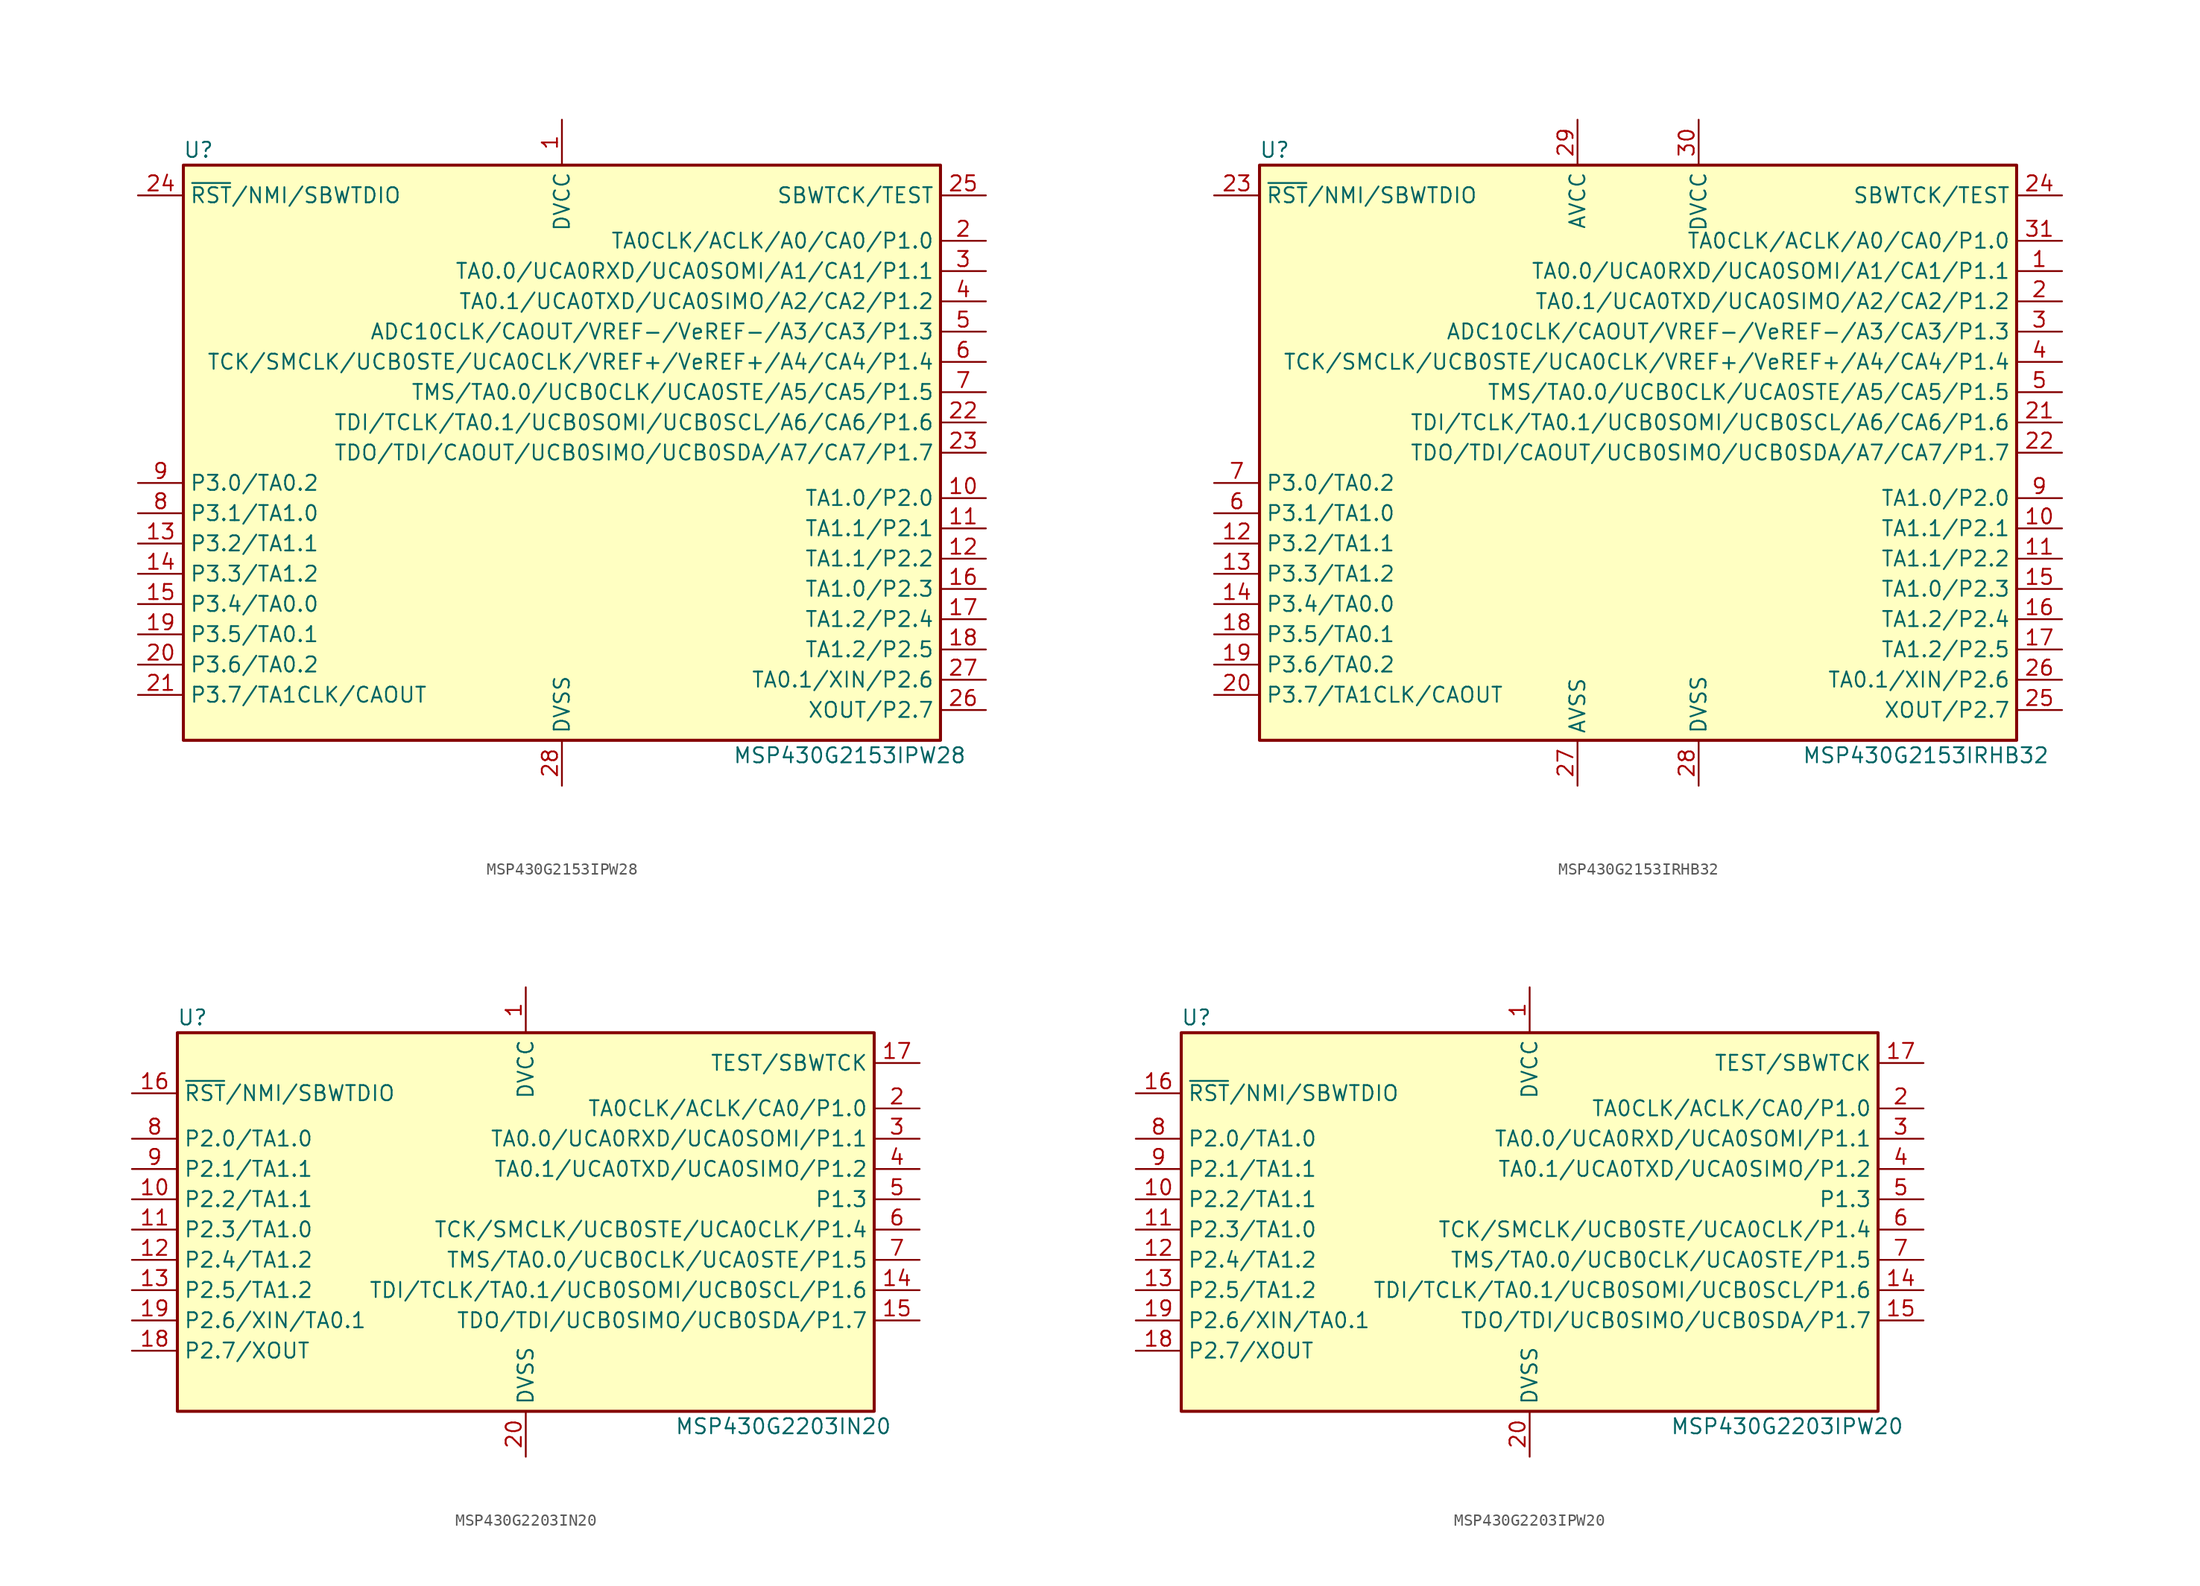
<source format=kicad_sym>
(kicad_symbol_lib
  (version 20241209)
  (generator "kicad_symbol_editor")
  (generator_version "9.0")
  (symbol "MSP430G2153IPW28"
    (property "Reference" "U"
      (at -30.48 25.4 0)
      (effects (font (size 1.27 1.27))))
    (property "Value" "MSP430G2153IPW28"
      (at 24.13 -25.4 0)
      (effects (font (size 1.27 1.27))))
    (symbol "MSP430G2153IPW28_0_1"
      (rectangle (start -31.75 24.13) (end 31.75 -24.13) (stroke (width 0.254) (type default)) (fill (type background))))
    (symbol "MSP430G2153IPW28_1_1"
      (pin input line (at -35.56 21.59 0) (length 3.81) (name "~{RST}/NMI/SBWTDIO" (effects (font (size 1.27 1.27)))) (number "24" (effects (font (size 1.27 1.27)))))
      (pin bidirectional line (at -35.56 -2.54 0) (length 3.81) (name "P3.0/TA0.2" (effects (font (size 1.27 1.27)))) (number "9" (effects (font (size 1.27 1.27)))))
      (pin bidirectional line (at -35.56 -5.08 0) (length 3.81) (name "P3.1/TA1.0" (effects (font (size 1.27 1.27)))) (number "8" (effects (font (size 1.27 1.27)))))
      (pin bidirectional line (at -35.56 -7.62 0) (length 3.81) (name "P3.2/TA1.1" (effects (font (size 1.27 1.27)))) (number "13" (effects (font (size 1.27 1.27)))))
      (pin bidirectional line (at -35.56 -10.16 0) (length 3.81) (name "P3.3/TA1.2" (effects (font (size 1.27 1.27)))) (number "14" (effects (font (size 1.27 1.27)))))
      (pin bidirectional line (at -35.56 -12.7 0) (length 3.81) (name "P3.4/TA0.0" (effects (font (size 1.27 1.27)))) (number "15" (effects (font (size 1.27 1.27)))))
      (pin bidirectional line (at -35.56 -15.24 0) (length 3.81) (name "P3.5/TA0.1" (effects (font (size 1.27 1.27)))) (number "19" (effects (font (size 1.27 1.27)))))
      (pin bidirectional line (at -35.56 -17.78 0) (length 3.81) (name "P3.6/TA0.2" (effects (font (size 1.27 1.27)))) (number "20" (effects (font (size 1.27 1.27)))))
      (pin bidirectional line (at -35.56 -20.32 0) (length 3.81) (name "P3.7/TA1CLK/CAOUT" (effects (font (size 1.27 1.27)))) (number "21" (effects (font (size 1.27 1.27)))))
      (pin power_in line (at 0 27.94 270) (length 3.81) (name "DVCC" (effects (font (size 1.27 1.27)))) (number "1" (effects (font (size 1.27 1.27)))))
      (pin power_in line (at 0 -27.94 90) (length 3.81) (name "DVSS" (effects (font (size 1.27 1.27)))) (number "28" (effects (font (size 1.27 1.27)))))
      (pin input line (at 35.56 21.59 180) (length 3.81) (name "SBWTCK/TEST" (effects (font (size 1.27 1.27)))) (number "25" (effects (font (size 1.27 1.27)))))
      (pin bidirectional line (at 35.56 17.78 180) (length 3.81) (name "TA0CLK/ACLK/A0/CA0/P1.0" (effects (font (size 1.27 1.27)))) (number "2" (effects (font (size 1.27 1.27)))))
      (pin bidirectional line (at 35.56 15.24 180) (length 3.81) (name "TA0.0/UCA0RXD/UCA0SOMI/A1/CA1/P1.1" (effects (font (size 1.27 1.27)))) (number "3" (effects (font (size 1.27 1.27)))))
      (pin bidirectional line (at 35.56 12.7 180) (length 3.81) (name "TA0.1/UCA0TXD/UCA0SIMO/A2/CA2/P1.2" (effects (font (size 1.27 1.27)))) (number "4" (effects (font (size 1.27 1.27)))))
      (pin bidirectional line (at 35.56 10.16 180) (length 3.81) (name "ADC10CLK/CAOUT/VREF-/VeREF-/A3/CA3/P1.3" (effects (font (size 1.27 1.27)))) (number "5" (effects (font (size 1.27 1.27)))))
      (pin bidirectional line (at 35.56 7.62 180) (length 3.81) (name "TCK/SMCLK/UCB0STE/UCA0CLK/VREF+/VeREF+/A4/CA4/P1.4" (effects (font (size 1.27 1.27)))) (number "6" (effects (font (size 1.27 1.27)))))
      (pin bidirectional line (at 35.56 5.08 180) (length 3.81) (name "TMS/TA0.0/UCB0CLK/UCA0STE/A5/CA5/P1.5" (effects (font (size 1.27 1.27)))) (number "7" (effects (font (size 1.27 1.27)))))
      (pin bidirectional line (at 35.56 2.54 180) (length 3.81) (name "TDI/TCLK/TA0.1/UCB0SOMI/UCB0SCL/A6/CA6/P1.6" (effects (font (size 1.27 1.27)))) (number "22" (effects (font (size 1.27 1.27)))))
      (pin bidirectional line (at 35.56 0 180) (length 3.81) (name "TDO/TDI/CAOUT/UCB0SIMO/UCB0SDA/A7/CA7/P1.7" (effects (font (size 1.27 1.27)))) (number "23" (effects (font (size 1.27 1.27)))))
      (pin bidirectional line (at 35.56 -3.81 180) (length 3.81) (name "TA1.0/P2.0" (effects (font (size 1.27 1.27)))) (number "10" (effects (font (size 1.27 1.27)))))
      (pin bidirectional line (at 35.56 -6.35 180) (length 3.81) (name "TA1.1/P2.1" (effects (font (size 1.27 1.27)))) (number "11" (effects (font (size 1.27 1.27)))))
      (pin bidirectional line (at 35.56 -8.89 180) (length 3.81) (name "TA1.1/P2.2" (effects (font (size 1.27 1.27)))) (number "12" (effects (font (size 1.27 1.27)))))
      (pin bidirectional line (at 35.56 -11.43 180) (length 3.81) (name "TA1.0/P2.3" (effects (font (size 1.27 1.27)))) (number "16" (effects (font (size 1.27 1.27)))))
      (pin bidirectional line (at 35.56 -13.97 180) (length 3.81) (name "TA1.2/P2.4" (effects (font (size 1.27 1.27)))) (number "17" (effects (font (size 1.27 1.27)))))
      (pin bidirectional line (at 35.56 -16.51 180) (length 3.81) (name "TA1.2/P2.5" (effects (font (size 1.27 1.27)))) (number "18" (effects (font (size 1.27 1.27)))))
      (pin bidirectional line (at 35.56 -19.05 180) (length 3.81) (name "TA0.1/XIN/P2.6" (effects (font (size 1.27 1.27)))) (number "27" (effects (font (size 1.27 1.27)))))
      (pin bidirectional line (at 35.56 -21.59 180) (length 3.81) (name "XOUT/P2.7" (effects (font (size 1.27 1.27)))) (number "26" (effects (font (size 1.27 1.27)))))))
  (symbol "MSP430G2153IRHB32"
    (property "Reference" "U"
      (at -30.48 25.4 0)
      (effects (font (size 1.27 1.27))))
    (property "Value" "MSP430G2153IRHB32"
      (at 24.13 -25.4 0)
      (effects (font (size 1.27 1.27))))
    (symbol "MSP430G2153IRHB32_0_1"
      (rectangle (start -31.75 24.13) (end 31.75 -24.13) (stroke (width 0.254) (type default)) (fill (type background))))
    (symbol "MSP430G2153IRHB32_1_1"
      (pin input line (at -35.56 21.59 0) (length 3.81) (name "~{RST}/NMI/SBWTDIO" (effects (font (size 1.27 1.27)))) (number "23" (effects (font (size 1.27 1.27)))))
      (pin bidirectional line (at -35.56 -2.54 0) (length 3.81) (name "P3.0/TA0.2" (effects (font (size 1.27 1.27)))) (number "7" (effects (font (size 1.27 1.27)))))
      (pin bidirectional line (at -35.56 -5.08 0) (length 3.81) (name "P3.1/TA1.0" (effects (font (size 1.27 1.27)))) (number "6" (effects (font (size 1.27 1.27)))))
      (pin bidirectional line (at -35.56 -7.62 0) (length 3.81) (name "P3.2/TA1.1" (effects (font (size 1.27 1.27)))) (number "12" (effects (font (size 1.27 1.27)))))
      (pin bidirectional line (at -35.56 -10.16 0) (length 3.81) (name "P3.3/TA1.2" (effects (font (size 1.27 1.27)))) (number "13" (effects (font (size 1.27 1.27)))))
      (pin bidirectional line (at -35.56 -12.7 0) (length 3.81) (name "P3.4/TA0.0" (effects (font (size 1.27 1.27)))) (number "14" (effects (font (size 1.27 1.27)))))
      (pin bidirectional line (at -35.56 -15.24 0) (length 3.81) (name "P3.5/TA0.1" (effects (font (size 1.27 1.27)))) (number "18" (effects (font (size 1.27 1.27)))))
      (pin bidirectional line (at -35.56 -17.78 0) (length 3.81) (name "P3.6/TA0.2" (effects (font (size 1.27 1.27)))) (number "19" (effects (font (size 1.27 1.27)))))
      (pin bidirectional line (at -35.56 -20.32 0) (length 3.81) (name "P3.7/TA1CLK/CAOUT" (effects (font (size 1.27 1.27)))) (number "20" (effects (font (size 1.27 1.27)))))
      (pin power_in line (at -5.08 27.94 270) (length 3.81) (name "AVCC" (effects (font (size 1.27 1.27)))) (number "29" (effects (font (size 1.27 1.27)))))
      (pin power_in line (at -5.08 -27.94 90) (length 3.81) (name "AVSS" (effects (font (size 1.27 1.27)))) (number "27" (effects (font (size 1.27 1.27)))))
      (pin power_in line (at 5.08 27.94 270) (length 3.81) (name "DVCC" (effects (font (size 1.27 1.27)))) (number "30" (effects (font (size 1.27 1.27)))))
      (pin power_in line (at 5.08 -27.94 90) (length 3.81) (name "DVSS" (effects (font (size 1.27 1.27)))) (number "28" (effects (font (size 1.27 1.27)))))
      (pin input line (at 35.56 21.59 180) (length 3.81) (name "SBWTCK/TEST" (effects (font (size 1.27 1.27)))) (number "24" (effects (font (size 1.27 1.27)))))
      (pin bidirectional line (at 35.56 17.78 180) (length 3.81) (name "TA0CLK/ACLK/A0/CA0/P1.0" (effects (font (size 1.27 1.27)))) (number "31" (effects (font (size 1.27 1.27)))))
      (pin bidirectional line (at 35.56 15.24 180) (length 3.81) (name "TA0.0/UCA0RXD/UCA0SOMI/A1/CA1/P1.1" (effects (font (size 1.27 1.27)))) (number "1" (effects (font (size 1.27 1.27)))))
      (pin bidirectional line (at 35.56 12.7 180) (length 3.81) (name "TA0.1/UCA0TXD/UCA0SIMO/A2/CA2/P1.2" (effects (font (size 1.27 1.27)))) (number "2" (effects (font (size 1.27 1.27)))))
      (pin bidirectional line (at 35.56 10.16 180) (length 3.81) (name "ADC10CLK/CAOUT/VREF-/VeREF-/A3/CA3/P1.3" (effects (font (size 1.27 1.27)))) (number "3" (effects (font (size 1.27 1.27)))))
      (pin bidirectional line (at 35.56 7.62 180) (length 3.81) (name "TCK/SMCLK/UCB0STE/UCA0CLK/VREF+/VeREF+/A4/CA4/P1.4" (effects (font (size 1.27 1.27)))) (number "4" (effects (font (size 1.27 1.27)))))
      (pin bidirectional line (at 35.56 5.08 180) (length 3.81) (name "TMS/TA0.0/UCB0CLK/UCA0STE/A5/CA5/P1.5" (effects (font (size 1.27 1.27)))) (number "5" (effects (font (size 1.27 1.27)))))
      (pin bidirectional line (at 35.56 2.54 180) (length 3.81) (name "TDI/TCLK/TA0.1/UCB0SOMI/UCB0SCL/A6/CA6/P1.6" (effects (font (size 1.27 1.27)))) (number "21" (effects (font (size 1.27 1.27)))))
      (pin bidirectional line (at 35.56 0 180) (length 3.81) (name "TDO/TDI/CAOUT/UCB0SIMO/UCB0SDA/A7/CA7/P1.7" (effects (font (size 1.27 1.27)))) (number "22" (effects (font (size 1.27 1.27)))))
      (pin bidirectional line (at 35.56 -3.81 180) (length 3.81) (name "TA1.0/P2.0" (effects (font (size 1.27 1.27)))) (number "9" (effects (font (size 1.27 1.27)))))
      (pin bidirectional line (at 35.56 -6.35 180) (length 3.81) (name "TA1.1/P2.1" (effects (font (size 1.27 1.27)))) (number "10" (effects (font (size 1.27 1.27)))))
      (pin bidirectional line (at 35.56 -8.89 180) (length 3.81) (name "TA1.1/P2.2" (effects (font (size 1.27 1.27)))) (number "11" (effects (font (size 1.27 1.27)))))
      (pin bidirectional line (at 35.56 -11.43 180) (length 3.81) (name "TA1.0/P2.3" (effects (font (size 1.27 1.27)))) (number "15" (effects (font (size 1.27 1.27)))))
      (pin bidirectional line (at 35.56 -13.97 180) (length 3.81) (name "TA1.2/P2.4" (effects (font (size 1.27 1.27)))) (number "16" (effects (font (size 1.27 1.27)))))
      (pin bidirectional line (at 35.56 -16.51 180) (length 3.81) (name "TA1.2/P2.5" (effects (font (size 1.27 1.27)))) (number "17" (effects (font (size 1.27 1.27)))))
      (pin bidirectional line (at 35.56 -19.05 180) (length 3.81) (name "TA0.1/XIN/P2.6" (effects (font (size 1.27 1.27)))) (number "26" (effects (font (size 1.27 1.27)))))
      (pin bidirectional line (at 35.56 -21.59 180) (length 3.81) (name "XOUT/P2.7" (effects (font (size 1.27 1.27)))) (number "25" (effects (font (size 1.27 1.27)))))))
  (symbol "MSP430G2203IN20"
    (property "Reference" "U"
      (at -27.94 17.78 0)
      (effects (font (size 1.27 1.27))))
    (property "Value" "MSP430G2203IN20"
      (at 21.59 -16.51 0)
      (effects (font (size 1.27 1.27))))
    (symbol "MSP430G2203IN20_0_1"
      (rectangle (start -29.21 16.51) (end 29.21 -15.24) (stroke (width 0.254) (type default)) (fill (type background))))
    (symbol "MSP430G2203IN20_1_1"
      (pin input line (at -33.02 11.43 0) (length 3.81) (name "~{RST}/NMI/SBWTDIO" (effects (font (size 1.27 1.27)))) (number "16" (effects (font (size 1.27 1.27)))))
      (pin bidirectional line (at -33.02 7.62 0) (length 3.81) (name "P2.0/TA1.0" (effects (font (size 1.27 1.27)))) (number "8" (effects (font (size 1.27 1.27)))))
      (pin bidirectional line (at -33.02 5.08 0) (length 3.81) (name "P2.1/TA1.1" (effects (font (size 1.27 1.27)))) (number "9" (effects (font (size 1.27 1.27)))))
      (pin bidirectional line (at -33.02 2.54 0) (length 3.81) (name "P2.2/TA1.1" (effects (font (size 1.27 1.27)))) (number "10" (effects (font (size 1.27 1.27)))))
      (pin bidirectional line (at -33.02 0 0) (length 3.81) (name "P2.3/TA1.0" (effects (font (size 1.27 1.27)))) (number "11" (effects (font (size 1.27 1.27)))))
      (pin bidirectional line (at -33.02 -2.54 0) (length 3.81) (name "P2.4/TA1.2" (effects (font (size 1.27 1.27)))) (number "12" (effects (font (size 1.27 1.27)))))
      (pin bidirectional line (at -33.02 -5.08 0) (length 3.81) (name "P2.5/TA1.2" (effects (font (size 1.27 1.27)))) (number "13" (effects (font (size 1.27 1.27)))))
      (pin bidirectional line (at -33.02 -7.62 0) (length 3.81) (name "P2.6/XIN/TA0.1" (effects (font (size 1.27 1.27)))) (number "19" (effects (font (size 1.27 1.27)))))
      (pin bidirectional line (at -33.02 -10.16 0) (length 3.81) (name "P2.7/XOUT" (effects (font (size 1.27 1.27)))) (number "18" (effects (font (size 1.27 1.27)))))
      (pin power_in line (at 0 20.32 270) (length 3.81) (name "DVCC" (effects (font (size 1.27 1.27)))) (number "1" (effects (font (size 1.27 1.27)))))
      (pin power_in line (at 0 -19.05 90) (length 3.81) (name "DVSS" (effects (font (size 1.27 1.27)))) (number "20" (effects (font (size 1.27 1.27)))))
      (pin input line (at 33.02 13.97 180) (length 3.81) (name "TEST/SBWTCK" (effects (font (size 1.27 1.27)))) (number "17" (effects (font (size 1.27 1.27)))))
      (pin bidirectional line (at 33.02 10.16 180) (length 3.81) (name "TA0CLK/ACLK/CA0/P1.0" (effects (font (size 1.27 1.27)))) (number "2" (effects (font (size 1.27 1.27)))))
      (pin bidirectional line (at 33.02 7.62 180) (length 3.81) (name "TA0.0/UCA0RXD/UCA0SOMI/P1.1" (effects (font (size 1.27 1.27)))) (number "3" (effects (font (size 1.27 1.27)))))
      (pin bidirectional line (at 33.02 5.08 180) (length 3.81) (name "TA0.1/UCA0TXD/UCA0SIMO/P1.2" (effects (font (size 1.27 1.27)))) (number "4" (effects (font (size 1.27 1.27)))))
      (pin bidirectional line (at 33.02 2.54 180) (length 3.81) (name "P1.3" (effects (font (size 1.27 1.27)))) (number "5" (effects (font (size 1.27 1.27)))))
      (pin bidirectional line (at 33.02 0 180) (length 3.81) (name "TCK/SMCLK/UCB0STE/UCA0CLK/P1.4" (effects (font (size 1.27 1.27)))) (number "6" (effects (font (size 1.27 1.27)))))
      (pin bidirectional line (at 33.02 -2.54 180) (length 3.81) (name "TMS/TA0.0/UCB0CLK/UCA0STE/P1.5" (effects (font (size 1.27 1.27)))) (number "7" (effects (font (size 1.27 1.27)))))
      (pin bidirectional line (at 33.02 -5.08 180) (length 3.81) (name "TDI/TCLK/TA0.1/UCB0SOMI/UCB0SCL/P1.6" (effects (font (size 1.27 1.27)))) (number "14" (effects (font (size 1.27 1.27)))))
      (pin bidirectional line (at 33.02 -7.62 180) (length 3.81) (name "TDO/TDI/UCB0SIMO/UCB0SDA/P1.7" (effects (font (size 1.27 1.27)))) (number "15" (effects (font (size 1.27 1.27)))))))
  (symbol "MSP430G2203IPW20"
    (property "Reference" "U"
      (at -27.94 17.78 0)
      (effects (font (size 1.27 1.27))))
    (property "Value" "MSP430G2203IPW20"
      (at 21.59 -16.51 0)
      (effects (font (size 1.27 1.27))))
    (symbol "MSP430G2203IPW20_0_1"
      (rectangle (start -29.21 16.51) (end 29.21 -15.24) (stroke (width 0.254) (type default)) (fill (type background))))
    (symbol "MSP430G2203IPW20_1_1"
      (pin input line (at -33.02 11.43 0) (length 3.81) (name "~{RST}/NMI/SBWTDIO" (effects (font (size 1.27 1.27)))) (number "16" (effects (font (size 1.27 1.27)))))
      (pin bidirectional line (at -33.02 7.62 0) (length 3.81) (name "P2.0/TA1.0" (effects (font (size 1.27 1.27)))) (number "8" (effects (font (size 1.27 1.27)))))
      (pin bidirectional line (at -33.02 5.08 0) (length 3.81) (name "P2.1/TA1.1" (effects (font (size 1.27 1.27)))) (number "9" (effects (font (size 1.27 1.27)))))
      (pin bidirectional line (at -33.02 2.54 0) (length 3.81) (name "P2.2/TA1.1" (effects (font (size 1.27 1.27)))) (number "10" (effects (font (size 1.27 1.27)))))
      (pin bidirectional line (at -33.02 0 0) (length 3.81) (name "P2.3/TA1.0" (effects (font (size 1.27 1.27)))) (number "11" (effects (font (size 1.27 1.27)))))
      (pin bidirectional line (at -33.02 -2.54 0) (length 3.81) (name "P2.4/TA1.2" (effects (font (size 1.27 1.27)))) (number "12" (effects (font (size 1.27 1.27)))))
      (pin bidirectional line (at -33.02 -5.08 0) (length 3.81) (name "P2.5/TA1.2" (effects (font (size 1.27 1.27)))) (number "13" (effects (font (size 1.27 1.27)))))
      (pin bidirectional line (at -33.02 -7.62 0) (length 3.81) (name "P2.6/XIN/TA0.1" (effects (font (size 1.27 1.27)))) (number "19" (effects (font (size 1.27 1.27)))))
      (pin bidirectional line (at -33.02 -10.16 0) (length 3.81) (name "P2.7/XOUT" (effects (font (size 1.27 1.27)))) (number "18" (effects (font (size 1.27 1.27)))))
      (pin power_in line (at 0 20.32 270) (length 3.81) (name "DVCC" (effects (font (size 1.27 1.27)))) (number "1" (effects (font (size 1.27 1.27)))))
      (pin power_in line (at 0 -19.05 90) (length 3.81) (name "DVSS" (effects (font (size 1.27 1.27)))) (number "20" (effects (font (size 1.27 1.27)))))
      (pin input line (at 33.02 13.97 180) (length 3.81) (name "TEST/SBWTCK" (effects (font (size 1.27 1.27)))) (number "17" (effects (font (size 1.27 1.27)))))
      (pin bidirectional line (at 33.02 10.16 180) (length 3.81) (name "TA0CLK/ACLK/CA0/P1.0" (effects (font (size 1.27 1.27)))) (number "2" (effects (font (size 1.27 1.27)))))
      (pin bidirectional line (at 33.02 7.62 180) (length 3.81) (name "TA0.0/UCA0RXD/UCA0SOMI/P1.1" (effects (font (size 1.27 1.27)))) (number "3" (effects (font (size 1.27 1.27)))))
      (pin bidirectional line (at 33.02 5.08 180) (length 3.81) (name "TA0.1/UCA0TXD/UCA0SIMO/P1.2" (effects (font (size 1.27 1.27)))) (number "4" (effects (font (size 1.27 1.27)))))
      (pin bidirectional line (at 33.02 2.54 180) (length 3.81) (name "P1.3" (effects (font (size 1.27 1.27)))) (number "5" (effects (font (size 1.27 1.27)))))
      (pin bidirectional line (at 33.02 0 180) (length 3.81) (name "TCK/SMCLK/UCB0STE/UCA0CLK/P1.4" (effects (font (size 1.27 1.27)))) (number "6" (effects (font (size 1.27 1.27)))))
      (pin bidirectional line (at 33.02 -2.54 180) (length 3.81) (name "TMS/TA0.0/UCB0CLK/UCA0STE/P1.5" (effects (font (size 1.27 1.27)))) (number "7" (effects (font (size 1.27 1.27)))))
      (pin bidirectional line (at 33.02 -5.08 180) (length 3.81) (name "TDI/TCLK/TA0.1/UCB0SOMI/UCB0SCL/P1.6" (effects (font (size 1.27 1.27)))) (number "14" (effects (font (size 1.27 1.27)))))
      (pin bidirectional line (at 33.02 -7.62 180) (length 3.81) (name "TDO/TDI/UCB0SIMO/UCB0SDA/P1.7" (effects (font (size 1.27 1.27)))) (number "15" (effects (font (size 1.27 1.27))))))))
</source>
